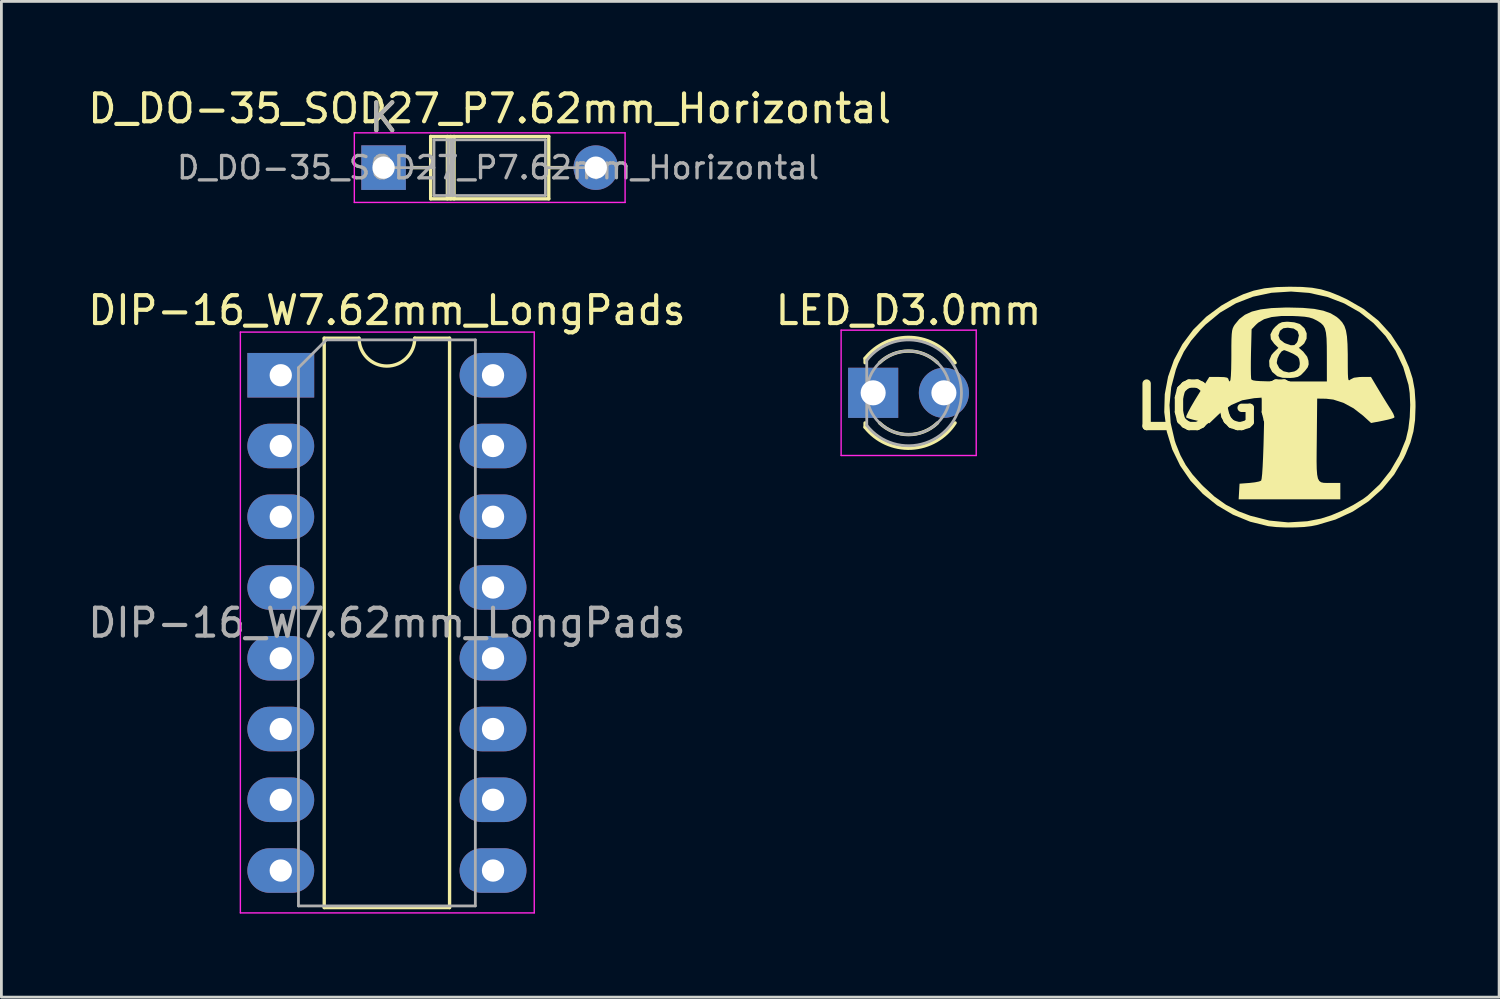
<source format=kicad_pcb>
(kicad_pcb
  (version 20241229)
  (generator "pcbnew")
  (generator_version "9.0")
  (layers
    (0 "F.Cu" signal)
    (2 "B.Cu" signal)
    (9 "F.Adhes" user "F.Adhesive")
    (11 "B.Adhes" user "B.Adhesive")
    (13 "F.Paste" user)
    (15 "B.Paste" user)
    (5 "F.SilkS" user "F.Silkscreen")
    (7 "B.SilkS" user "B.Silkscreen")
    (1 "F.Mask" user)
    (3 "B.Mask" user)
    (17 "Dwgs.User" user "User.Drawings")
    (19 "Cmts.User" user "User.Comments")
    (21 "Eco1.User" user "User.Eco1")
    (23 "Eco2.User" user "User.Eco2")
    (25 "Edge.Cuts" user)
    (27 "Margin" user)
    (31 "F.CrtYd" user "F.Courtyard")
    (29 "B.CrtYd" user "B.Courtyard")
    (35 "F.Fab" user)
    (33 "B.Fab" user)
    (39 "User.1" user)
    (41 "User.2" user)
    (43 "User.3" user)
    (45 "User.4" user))
  (footprint "LED_D3.0mm"
    (layer "F.Cu")
    (at 28.295 11.052)
    (property "Reference" "LED_D3.0mm" (at 1.27 -2.96 0) (layer "F.SilkS") (effects (font (size 1 1) (thickness 0.15))))
    (attr through_hole)
    (fp_line (start -0.29 -1.236) (end -0.29 -1.08) (stroke (width 0.12) (type solid)) (layer "F.SilkS"))
    (fp_line (start -0.29 1.08) (end -0.29 1.236) (stroke (width 0.12) (type solid)) (layer "F.SilkS"))
    (fp_arc (start -0.29 -1.235516) (mid 1.366487 -1.987659) (end 2.942335 -1.078608) (stroke (width 0.12) (type solid)) (layer "F.SilkS"))
    (fp_arc (start 0.229039 -1.08) (mid 1.270117 -1.5) (end 2.31113 -1.079837) (stroke (width 0.12) (type solid)) (layer "F.SilkS"))
    (fp_arc (start 2.31113 1.079837) (mid 1.270117 1.5) (end 0.229039 1.08) (stroke (width 0.12) (type solid)) (layer "F.SilkS"))
    (fp_arc (start 2.942335 1.078608) (mid 1.366487 1.987659) (end -0.29 1.235516) (stroke (width 0.12) (type solid)) (layer "F.SilkS"))
    (fp_line (start -1.15 -2.25) (end -1.15 2.25) (stroke (width 0.05) (type solid)) (layer "F.CrtYd"))
    (fp_line (start -1.15 2.25) (end 3.7 2.25) (stroke (width 0.05) (type solid)) (layer "F.CrtYd"))
    (fp_line (start 3.7 -2.25) (end -1.15 -2.25) (stroke (width 0.05) (type solid)) (layer "F.CrtYd"))
    (fp_line (start 3.7 2.25) (end 3.7 -2.25) (stroke (width 0.05) (type solid)) (layer "F.CrtYd"))
    (fp_line (start -0.23 -1.166) (end -0.23 1.166) (stroke (width 0.1) (type solid)) (layer "F.Fab"))
    (fp_arc (start -0.23 -1.16619) (mid 3.17 0.000452) (end -0.230555 1.165476) (stroke (width 0.1) (type solid)) (layer "F.Fab"))
    (fp_circle (center 1.27 0) (end 2.77 0) (stroke (width 0.1) (type solid)) (fill no) (layer "F.Fab"))
    (pad "1" thru_hole rect (at 0 0) (size 1.8 1.8) (drill 0.9) (layers "*.Cu" "*.Mask"))
    (pad "2" thru_hole circle (at 2.54 0) (size 1.8 1.8) (drill 0.9) (layers "*.Cu" "*.Mask")))
  (footprint "LOGO"
    (layer "F.Cu")
    (at 40.725 11.554)
    (property "Reference" "LOGO" (at 0 0 0) (layer "F.SilkS") (effects (font (size 1.524 1.524) (thickness 0.3))))
    (attr smd board_only exclude_from_pos_files exclude_from_bom)
    (fp_poly (pts (xy 2.688 -3.033) (xy 2.87 -2.978) (xy 2.897 -2.964) (xy 3.054 -2.82) (xy 3.133 -2.638) (xy 3.13 -2.447) (xy 3.044 -2.275) (xy 2.973 -2.208) (xy 2.851 -2.117) (xy 3.008 -1.983) (xy 3.152 -1.797) (xy 3.197 -1.654) (xy 3.205 -1.523) (xy 3.17 -1.417) (xy 3.075 -1.293) (xy 3.041 -1.256) (xy 2.923 -1.138) (xy 2.816 -1.075) (xy 2.675 -1.045) (xy 2.54 -1.035) (xy 2.27 -1.041) (xy 2.083 -1.096) (xy 2.077 -1.099) (xy 1.894 -1.253) (xy 1.796 -1.447) (xy 1.789 -1.597) (xy 2.06 -1.597) (xy 2.064 -1.554) (xy 2.151 -1.385) (xy 2.304 -1.275) (xy 2.493 -1.233) (xy 2.689 -1.269) (xy 2.778 -1.318) (xy 2.863 -1.407) (xy 2.886 -1.533) (xy 2.883 -1.599) (xy 2.861 -1.725) (xy 2.802 -1.809) (xy 2.679 -1.886) (xy 2.626 -1.914) (xy 2.472 -1.983) (xy 2.353 -2.027) (xy 2.317 -2.034) (xy 2.234 -1.99) (xy 2.15 -1.878) (xy 2.086 -1.735) (xy 2.06 -1.597) (xy 1.789 -1.597) (xy 1.786 -1.657) (xy 1.868 -1.859) (xy 1.943 -1.948) (xy 2.117 -2.117) (xy 1.969 -2.261) (xy 1.848 -2.428) (xy 1.835 -2.558) (xy 2.119 -2.558) (xy 2.173 -2.418) (xy 2.325 -2.299) (xy 2.375 -2.275) (xy 2.563 -2.21) (xy 2.688 -2.215) (xy 2.774 -2.296) (xy 2.81 -2.368) (xy 2.854 -2.566) (xy 2.805 -2.716) (xy 2.667 -2.809) (xy 2.456 -2.84) (xy 2.296 -2.82) (xy 2.193 -2.745) (xy 2.168 -2.71) (xy 2.119 -2.558) (xy 1.835 -2.558) (xy 1.831 -2.598) (xy 1.92 -2.777) (xy 2.004 -2.872) (xy 2.13 -2.984) (xy 2.248 -3.038) (xy 2.407 -3.054) (xy 2.465 -3.054)) (stroke (width 0) (type solid)) (fill yes) (layer "F.SilkS"))
    (fp_poly (pts (xy 2.958 -4.304) (xy 3.324 -4.275) (xy 3.648 -4.217) (xy 3.963 -4.124) (xy 4.299 -3.989) (xy 4.582 -3.857) (xy 5.187 -3.509) (xy 5.71 -3.092) (xy 6.153 -2.605) (xy 6.516 -2.047) (xy 6.617 -1.849) (xy 6.807 -1.415) (xy 6.935 -1.019) (xy 7.009 -0.62) (xy 7.039 -0.175) (xy 7.041 0) (xy 7.024 0.474) (xy 6.965 0.887) (xy 6.857 1.28) (xy 6.688 1.696) (xy 6.614 1.851) (xy 6.273 2.432) (xy 5.85 2.947) (xy 5.353 3.392) (xy 4.791 3.76) (xy 4.171 4.046) (xy 3.501 4.244) (xy 3.299 4.284) (xy 3.038 4.315) (xy 2.711 4.33) (xy 2.363 4.331) (xy 2.033 4.316) (xy 1.763 4.286) (xy 1.759 4.286) (xy 1.101 4.124) (xy 0.484 3.871) (xy -0.084 3.536) (xy -0.595 3.126) (xy -1.039 2.65) (xy -1.407 2.116) (xy -1.692 1.532) (xy -1.885 0.906) (xy -1.897 0.846) (xy -1.98 0.19) (xy -1.973 -0.062) (xy -1.792 -0.062) (xy -1.75 0.582) (xy -1.602 1.216) (xy -1.562 1.336) (xy -1.399 1.738) (xy -1.208 2.091) (xy -0.968 2.425) (xy -0.658 2.773) (xy -0.589 2.844) (xy -0.178 3.222) (xy 0.238 3.517) (xy 0.692 3.752) (xy 1.11 3.91) (xy 1.789 4.083) (xy 2.469 4.149) (xy 3.152 4.108) (xy 3.644 4.013) (xy 4.007 3.897) (xy 4.407 3.728) (xy 4.803 3.525) (xy 5.156 3.309) (xy 5.317 3.191) (xy 5.753 2.783) (xy 6.137 2.296) (xy 6.454 1.755) (xy 6.688 1.183) (xy 6.698 1.152) (xy 6.782 0.791) (xy 6.833 0.369) (xy 6.85 -0.072) (xy 6.831 -0.491) (xy 6.788 -0.787) (xy 6.599 -1.425) (xy 6.322 -2.012) (xy 5.964 -2.54) (xy 5.531 -3.004) (xy 5.034 -3.396) (xy 4.478 -3.712) (xy 3.871 -3.945) (xy 3.223 -4.089) (xy 2.572 -4.138) (xy 1.866 -4.093) (xy 1.205 -3.952) (xy 0.591 -3.714) (xy 0.023 -3.38) (xy -0.5 -2.948) (xy -0.675 -2.771) (xy -1.014 -2.374) (xy -1.276 -1.978) (xy -1.483 -1.543) (xy -1.562 -1.336) (xy -1.73 -0.704) (xy -1.792 -0.062) (xy -1.973 -0.062) (xy -1.961 -0.456) (xy -1.843 -1.083) (xy -1.631 -1.683) (xy -1.329 -2.247) (xy -0.942 -2.766) (xy -0.475 -3.231) (xy 0.069 -3.634) (xy 0.461 -3.858) (xy 0.854 -4.04) (xy 1.23 -4.17) (xy 1.62 -4.254) (xy 2.054 -4.299) (xy 2.519 -4.311)) (stroke (width 0) (type solid)) (fill yes) (layer "F.SilkS"))
    (fp_poly (pts (xy 2.992 -3.552) (xy 3.4 -3.516) (xy 3.73 -3.451) (xy 3.996 -3.356) (xy 4.211 -3.226) (xy 4.304 -3.147) (xy 4.409 -3.032) (xy 4.488 -2.902) (xy 4.543 -2.739) (xy 4.579 -2.526) (xy 4.599 -2.247) (xy 4.608 -1.885) (xy 4.608 -1.72) (xy 4.609 -1.407) (xy 4.612 -1.188) (xy 4.619 -1.048) (xy 4.632 -0.973) (xy 4.653 -0.95) (xy 4.684 -0.964) (xy 4.706 -0.983) (xy 4.829 -1.044) (xy 5.032 -1.07) (xy 5.123 -1.072) (xy 5.442 -1.072) (xy 5.721 -0.603) (xy 5.861 -0.372) (xy 6 -0.145) (xy 6.118 0.041) (xy 6.16 0.106) (xy 6.242 0.246) (xy 6.282 0.352) (xy 6.278 0.388) (xy 6.208 0.418) (xy 6.062 0.458) (xy 5.87 0.5) (xy 5.84 0.506) (xy 5.445 0.581) (xy 5.158 0.319) (xy 4.816 0.054) (xy 4.451 -0.143) (xy 4.088 -0.26) (xy 3.832 -0.29) (xy 3.51 -0.295) (xy 3.496 1.152) (xy 3.491 1.605) (xy 3.489 1.963) (xy 3.494 2.235) (xy 3.509 2.435) (xy 3.537 2.573) (xy 3.584 2.66) (xy 3.651 2.709) (xy 3.743 2.729) (xy 3.863 2.734) (xy 4.002 2.733) (xy 4.341 2.733) (xy 4.341 3.322) (xy 0.691 3.322) (xy 0.707 3.041) (xy 0.723 2.76) (xy 1.083 2.733) (xy 1.274 2.711) (xy 1.424 2.681) (xy 1.498 2.65) (xy 1.516 2.579) (xy 1.535 2.409) (xy 1.552 2.149) (xy 1.568 1.806) (xy 1.583 1.39) (xy 1.59 1.128) (xy 1.625 -0.337) (xy 1.25 -0.31) (xy 0.819 -0.234) (xy 0.424 -0.064) (xy 0.05 0.204) (xy -0.048 0.293) (xy -0.36 0.591) (xy -0.755 0.508) (xy -0.952 0.462) (xy -1.107 0.418) (xy -1.191 0.384) (xy -1.195 0.38) (xy -1.184 0.321) (xy -1.123 0.19) (xy -1.022 0.001) (xy -0.888 -0.228) (xy -0.802 -0.368) (xy -0.364 -1.072) (xy -0.021 -1.072) (xy 0.173 -1.066) (xy 0.279 -1.046) (xy 0.319 -1.008) (xy 0.322 -0.991) (xy 0.35 -0.92) (xy 0.375 -0.911) (xy 0.396 -0.963) (xy 0.412 -1.115) (xy 0.423 -1.359) (xy 0.423 -1.37) (xy 1.128 -1.37) (xy 1.131 -1.162) (xy 1.138 -1.028) (xy 1.144 -0.993) (xy 1.166 -0.967) (xy 1.219 -0.948) (xy 1.314 -0.933) (xy 1.463 -0.923) (xy 1.679 -0.916) (xy 1.974 -0.912) (xy 2.36 -0.911) (xy 2.517 -0.911) (xy 3.858 -0.911) (xy 3.857 -1.809) (xy 3.855 -2.18) (xy 3.846 -2.46) (xy 3.824 -2.667) (xy 3.786 -2.816) (xy 3.727 -2.923) (xy 3.642 -3.006) (xy 3.525 -3.081) (xy 3.483 -3.105) (xy 3.358 -3.166) (xy 3.226 -3.207) (xy 3.06 -3.234) (xy 2.831 -3.251) (xy 2.65 -3.259) (xy 2.217 -3.259) (xy 1.873 -3.222) (xy 1.603 -3.144) (xy 1.395 -3.022) (xy 1.313 -2.948) (xy 1.156 -2.784) (xy 1.134 -1.929) (xy 1.129 -1.633) (xy 1.128 -1.37) (xy 0.423 -1.37) (xy 0.428 -1.687) (xy 0.429 -1.841) (xy 0.429 -2.18) (xy 0.433 -2.43) (xy 0.442 -2.608) (xy 0.457 -2.734) (xy 0.481 -2.824) (xy 0.516 -2.896) (xy 0.551 -2.951) (xy 0.714 -3.15) (xy 0.915 -3.304) (xy 1.166 -3.419) (xy 1.48 -3.497) (xy 1.869 -3.544) (xy 2.347 -3.563) (xy 2.492 -3.564)) (stroke (width 0) (type solid)) (fill yes) (layer "F.SilkS")))
  (footprint "D_DO-35_SOD27_P7.62mm_Horizontal"
    (layer "F.Cu")
    (at 10.72 2.968)
    (property "Reference" "D_DO-35_SOD27_P7.62mm_Horizontal" (at 3.81 -2.12 0) (layer "F.SilkS") (effects (font (size 1 1) (thickness 0.15))))
    (attr through_hole)
    (fp_line (start 1.04 0) (end 1.69 0) (stroke (width 0.12) (type solid)) (layer "F.SilkS"))
    (fp_line (start 1.69 -1.12) (end 1.69 1.12) (stroke (width 0.12) (type solid)) (layer "F.SilkS"))
    (fp_line (start 1.69 1.12) (end 5.93 1.12) (stroke (width 0.12) (type solid)) (layer "F.SilkS"))
    (fp_line (start 2.29 -1.12) (end 2.29 1.12) (stroke (width 0.12) (type solid)) (layer "F.SilkS"))
    (fp_line (start 2.41 -1.12) (end 2.41 1.12) (stroke (width 0.12) (type solid)) (layer "F.SilkS"))
    (fp_line (start 2.53 -1.12) (end 2.53 1.12) (stroke (width 0.12) (type solid)) (layer "F.SilkS"))
    (fp_line (start 5.93 -1.12) (end 1.69 -1.12) (stroke (width 0.12) (type solid)) (layer "F.SilkS"))
    (fp_line (start 5.93 1.12) (end 5.93 -1.12) (stroke (width 0.12) (type solid)) (layer "F.SilkS"))
    (fp_line (start 6.58 0) (end 5.93 0) (stroke (width 0.12) (type solid)) (layer "F.SilkS"))
    (fp_line (start -1.05 -1.25) (end -1.05 1.25) (stroke (width 0.05) (type solid)) (layer "F.CrtYd"))
    (fp_line (start -1.05 1.25) (end 8.67 1.25) (stroke (width 0.05) (type solid)) (layer "F.CrtYd"))
    (fp_line (start 8.67 -1.25) (end -1.05 -1.25) (stroke (width 0.05) (type solid)) (layer "F.CrtYd"))
    (fp_line (start 8.67 1.25) (end 8.67 -1.25) (stroke (width 0.05) (type solid)) (layer "F.CrtYd"))
    (fp_line (start 0 0) (end 1.81 0) (stroke (width 0.1) (type solid)) (layer "F.Fab"))
    (fp_line (start 1.81 -1) (end 1.81 1) (stroke (width 0.1) (type solid)) (layer "F.Fab"))
    (fp_line (start 1.81 1) (end 5.81 1) (stroke (width 0.1) (type solid)) (layer "F.Fab"))
    (fp_line (start 2.31 -1) (end 2.31 1) (stroke (width 0.1) (type solid)) (layer "F.Fab"))
    (fp_line (start 2.41 -1) (end 2.41 1) (stroke (width 0.1) (type solid)) (layer "F.Fab"))
    (fp_line (start 2.51 -1) (end 2.51 1) (stroke (width 0.1) (type solid)) (layer "F.Fab"))
    (fp_line (start 5.81 -1) (end 1.81 -1) (stroke (width 0.1) (type solid)) (layer "F.Fab"))
    (fp_line (start 5.81 1) (end 5.81 -1) (stroke (width 0.1) (type solid)) (layer "F.Fab"))
    (fp_line (start 7.62 0) (end 5.81 0) (stroke (width 0.1) (type solid)) (layer "F.Fab"))
    (fp_text user "K" (at 0 -1.8 0) (layer "F.SilkS") (effects (font (size 1 1) (thickness 0.15))))
    (fp_text user "${REFERENCE}" (at 4.11 0 0) (layer "F.Fab") (effects (font (size 0.8 0.8) (thickness 0.12))))
    (fp_text user "K" (at 0 -1.8 0) (layer "F.Fab") (effects (font (size 1 1) (thickness 0.15))))
    (pad "1" thru_hole rect (at 0 0) (size 1.6 1.6) (drill 0.8) (layers "*.Cu" "*.Mask"))
    (pad "2" thru_hole oval (at 7.62 0) (size 1.6 1.6) (drill 0.8) (layers "*.Cu" "*.Mask")))
  (footprint "DIP-16_W7.62mm_LongPads"
    (layer "F.Cu")
    (at 7.029 10.421)
    (property "Reference" "DIP-16_W7.62mm_LongPads" (at 3.81 -2.33 180) (layer "F.SilkS") (effects (font (size 1 1) (thickness 0.15))))
    (attr through_hole)
    (fp_line (start 1.56 -1.33) (end 1.56 19.11) (stroke (width 0.12) (type solid)) (layer "F.SilkS"))
    (fp_line (start 1.56 19.11) (end 6.06 19.11) (stroke (width 0.12) (type solid)) (layer "F.SilkS"))
    (fp_line (start 2.81 -1.33) (end 1.56 -1.33) (stroke (width 0.12) (type solid)) (layer "F.SilkS"))
    (fp_line (start 6.06 -1.33) (end 4.81 -1.33) (stroke (width 0.12) (type solid)) (layer "F.SilkS"))
    (fp_line (start 6.06 19.11) (end 6.06 -1.33) (stroke (width 0.12) (type solid)) (layer "F.SilkS"))
    (fp_arc (start 4.81 -1.33) (mid 3.81 -0.33) (end 2.81 -1.33) (stroke (width 0.12) (type solid)) (layer "F.SilkS"))
    (fp_line (start -1.45 -1.55) (end -1.45 19.3) (stroke (width 0.05) (type solid)) (layer "F.CrtYd"))
    (fp_line (start -1.45 19.3) (end 9.1 19.3) (stroke (width 0.05) (type solid)) (layer "F.CrtYd"))
    (fp_line (start 9.1 -1.55) (end -1.45 -1.55) (stroke (width 0.05) (type solid)) (layer "F.CrtYd"))
    (fp_line (start 9.1 19.3) (end 9.1 -1.55) (stroke (width 0.05) (type solid)) (layer "F.CrtYd"))
    (fp_line (start 0.635 -0.27) (end 1.635 -1.27) (stroke (width 0.1) (type solid)) (layer "F.Fab"))
    (fp_line (start 0.635 19.05) (end 0.635 -0.27) (stroke (width 0.1) (type solid)) (layer "F.Fab"))
    (fp_line (start 1.635 -1.27) (end 6.985 -1.27) (stroke (width 0.1) (type solid)) (layer "F.Fab"))
    (fp_line (start 6.985 -1.27) (end 6.985 19.05) (stroke (width 0.1) (type solid)) (layer "F.Fab"))
    (fp_line (start 6.985 19.05) (end 0.635 19.05) (stroke (width 0.1) (type solid)) (layer "F.Fab"))
    (fp_text user "${REFERENCE}" (at 3.81 8.89 180) (layer "F.Fab") (effects (font (size 1 1) (thickness 0.15))))
    (pad "1" thru_hole rect (at 0 0) (size 2.4 1.6) (drill 0.8) (layers "*.Cu" "*.Mask"))
    (pad "2" thru_hole oval (at 0 2.54) (size 2.4 1.6) (drill 0.8) (layers "*.Cu" "*.Mask"))
    (pad "3" thru_hole oval (at 0 5.08) (size 2.4 1.6) (drill 0.8) (layers "*.Cu" "*.Mask"))
    (pad "4" thru_hole oval (at 0 7.62) (size 2.4 1.6) (drill 0.8) (layers "*.Cu" "*.Mask"))
    (pad "5" thru_hole oval (at 0 10.16) (size 2.4 1.6) (drill 0.8) (layers "*.Cu" "*.Mask"))
    (pad "6" thru_hole oval (at 0 12.7) (size 2.4 1.6) (drill 0.8) (layers "*.Cu" "*.Mask"))
    (pad "7" thru_hole oval (at 0 15.24) (size 2.4 1.6) (drill 0.8) (layers "*.Cu" "*.Mask"))
    (pad "8" thru_hole oval (at 0 17.78) (size 2.4 1.6) (drill 0.8) (layers "*.Cu" "*.Mask"))
    (pad "9" thru_hole oval (at 7.62 17.78) (size 2.4 1.6) (drill 0.8) (layers "*.Cu" "*.Mask"))
    (pad "10" thru_hole oval (at 7.62 15.24) (size 2.4 1.6) (drill 0.8) (layers "*.Cu" "*.Mask"))
    (pad "11" thru_hole oval (at 7.62 12.7) (size 2.4 1.6) (drill 0.8) (layers "*.Cu" "*.Mask"))
    (pad "12" thru_hole oval (at 7.62 10.16) (size 2.4 1.6) (drill 0.8) (layers "*.Cu" "*.Mask"))
    (pad "13" thru_hole oval (at 7.62 7.62) (size 2.4 1.6) (drill 0.8) (layers "*.Cu" "*.Mask"))
    (pad "14" thru_hole oval (at 7.62 5.08) (size 2.4 1.6) (drill 0.8) (layers "*.Cu" "*.Mask"))
    (pad "15" thru_hole oval (at 7.62 2.54) (size 2.4 1.6) (drill 0.8) (layers "*.Cu" "*.Mask"))
    (pad "16" thru_hole oval (at 7.62 0) (size 2.4 1.6) (drill 0.8) (layers "*.Cu" "*.Mask")))
  (gr_rect
    (start -3 -3)
    (end 50.766 32.746)
    (stroke (width 0.1) (type default))
    (fill no)
    (layer "Edge.Cuts")))
</source>
